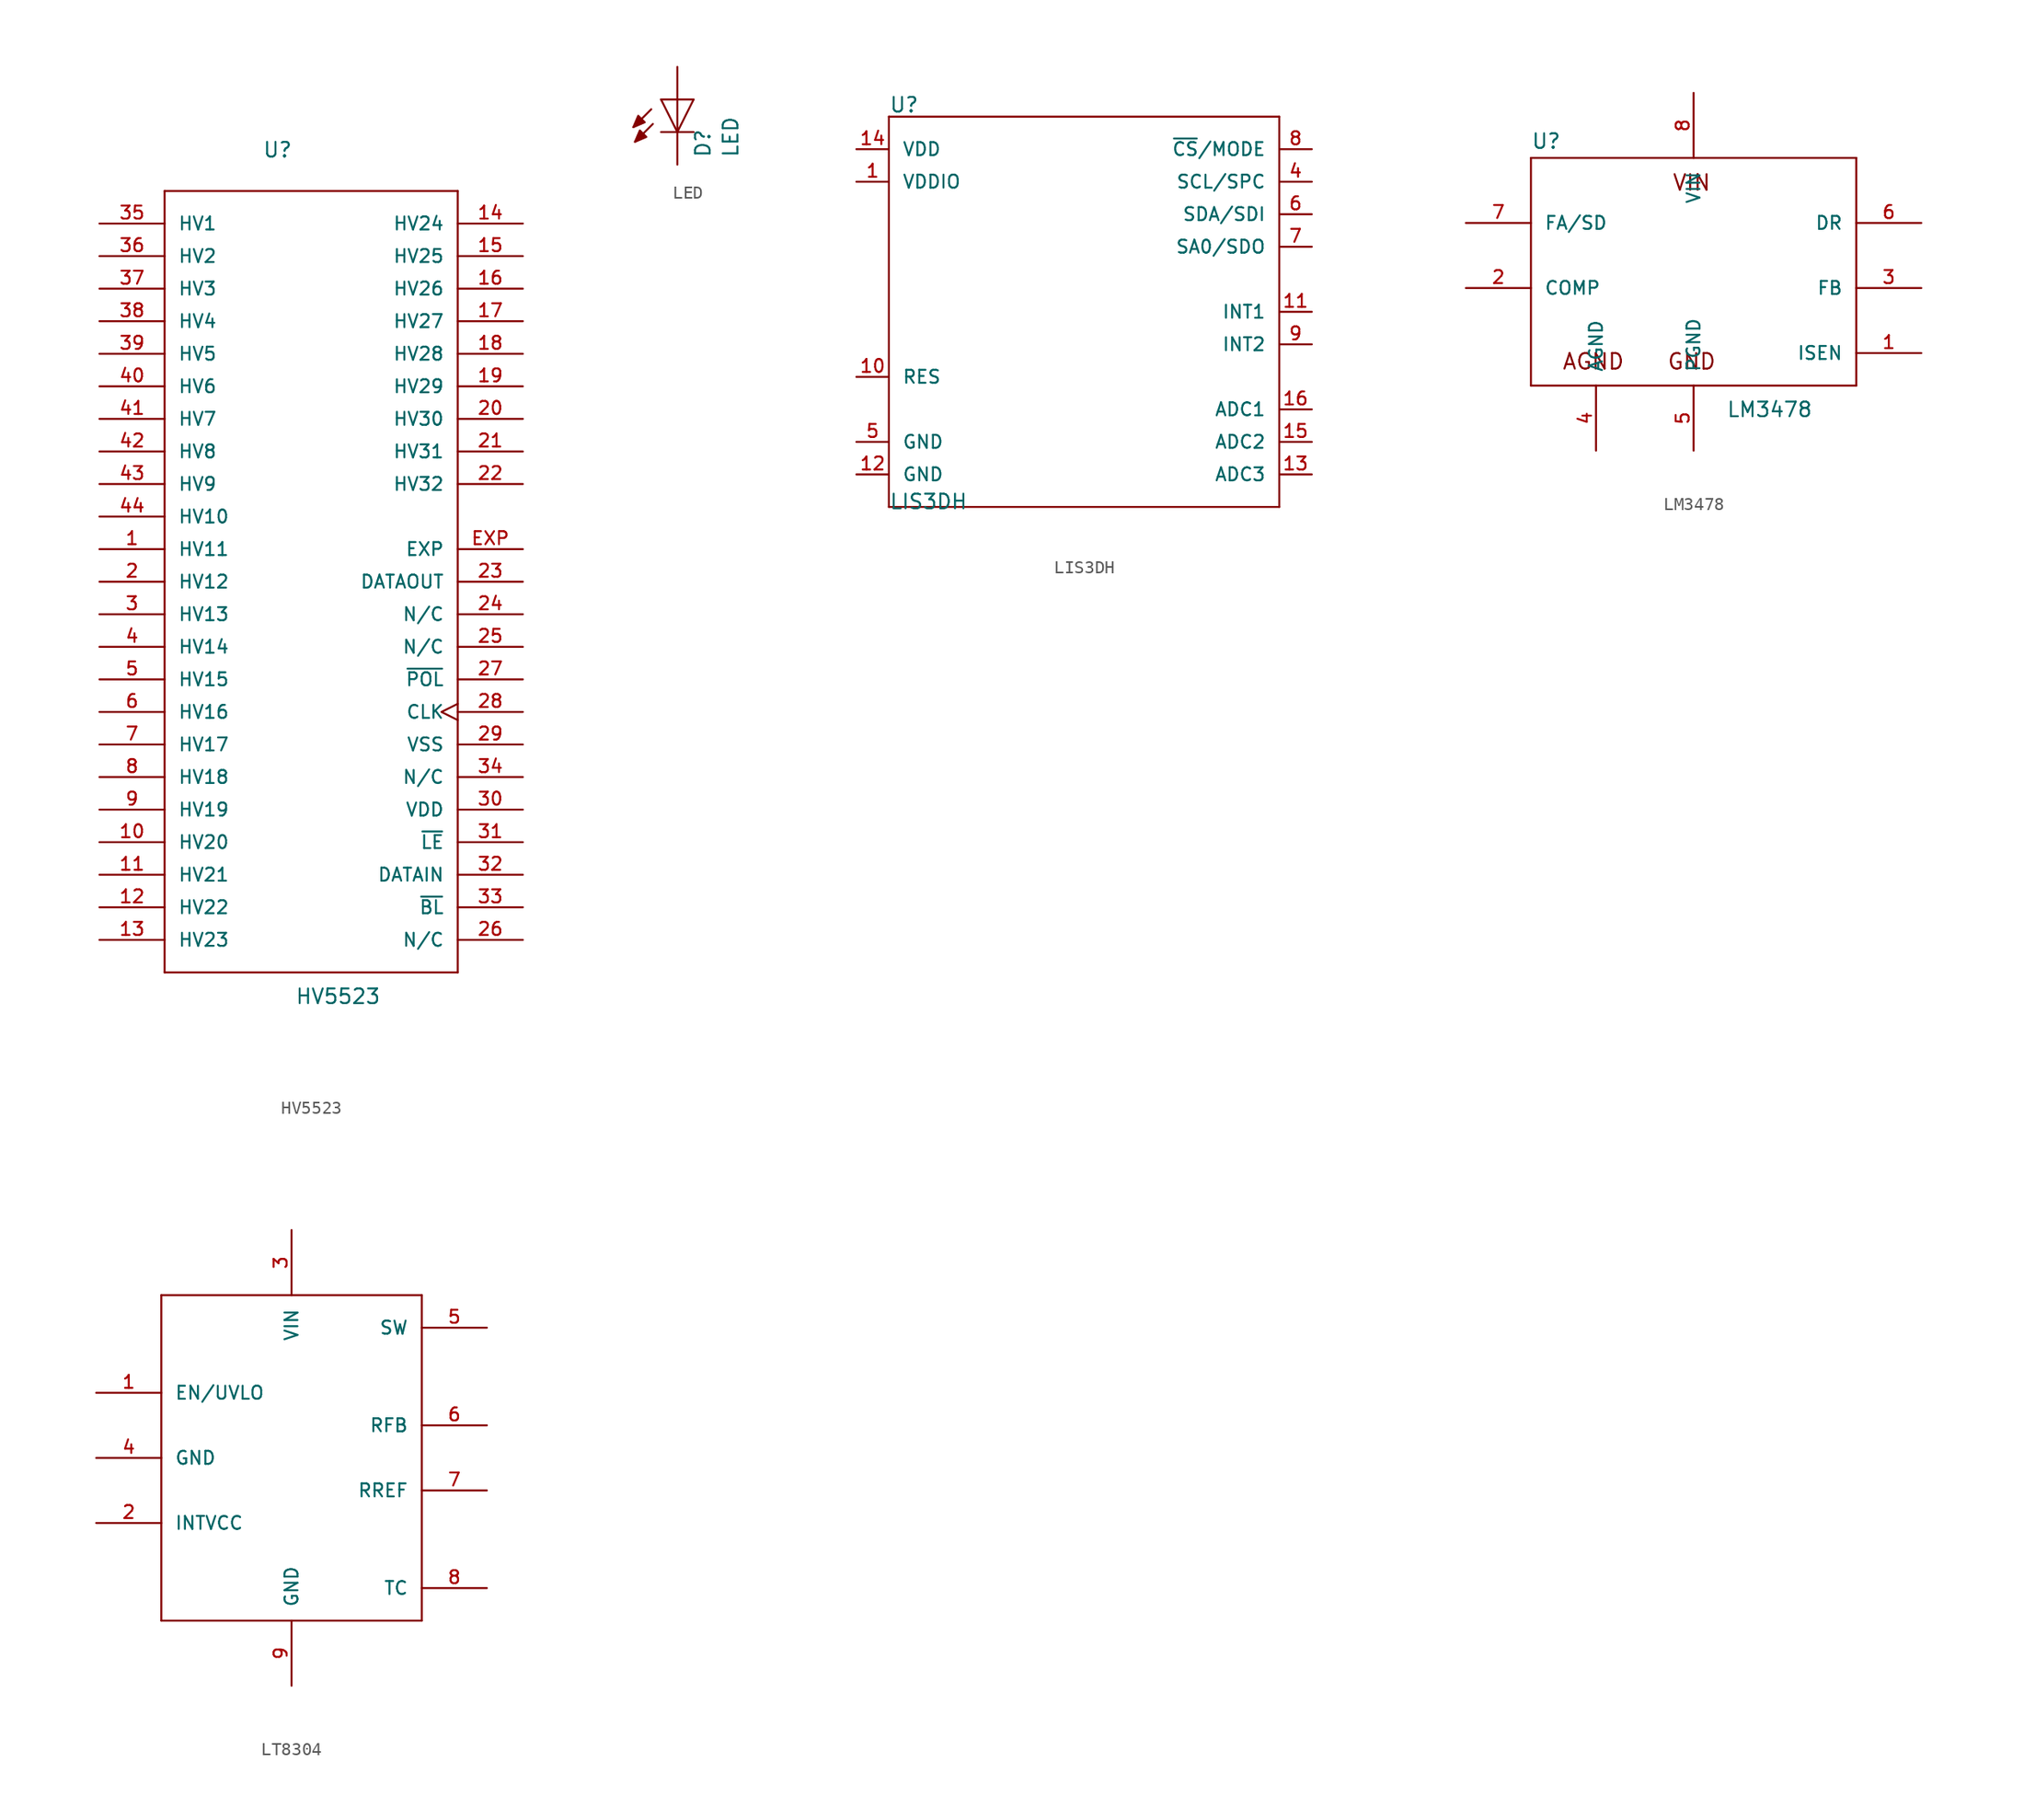
<source format=kicad_sym>
(kicad_symbol_lib
  (version 20211014)
  (generator kicad_symbol_editor)
  (symbol "HV5523"
    (pin_names
      (offset 1.016))
    (property "Reference" "U"
      (at -5.08 33.02 0)
      (effects (font (size 1.143 1.143)) (justify left bottom)))
    (property "Value" "HV5523"
      (at -2.54 -33.02 0)
      (effects (font (size 1.143 1.143)) (justify left bottom)))
    (property "ki_locked" ""
      (at 0 0 0)
      (effects (font (size 1.27 1.27))))
    (symbol "HV5523_1_0"
      (polyline (pts (xy -12.7 -30.48) (xy 10.16 -30.48)) (stroke (width 0) (type default) (color 0 0 0 0)) (fill (type none)))
      (polyline (pts (xy -12.7 30.48) (xy -12.7 -30.48)) (stroke (width 0) (type default) (color 0 0 0 0)) (fill (type none)))
      (polyline (pts (xy 10.16 -30.48) (xy 10.16 30.48)) (stroke (width 0) (type default) (color 0 0 0 0)) (fill (type none)))
      (polyline (pts (xy 10.16 30.48) (xy -12.7 30.48)) (stroke (width 0) (type default) (color 0 0 0 0)) (fill (type none))))
    (symbol "HV5523_1_1"
      (pin passive line (at -17.78 2.54 0) (length 5.08) (name "HV11" (effects (font (size 1.016 1.016)))) (number "1" (effects (font (size 1.016 1.016)))))
      (pin passive line (at -17.78 -20.32 0) (length 5.08) (name "HV20" (effects (font (size 1.016 1.016)))) (number "10" (effects (font (size 1.016 1.016)))))
      (pin passive line (at -17.78 -22.86 0) (length 5.08) (name "HV21" (effects (font (size 1.016 1.016)))) (number "11" (effects (font (size 1.016 1.016)))))
      (pin passive line (at -17.78 -25.4 0) (length 5.08) (name "HV22" (effects (font (size 1.016 1.016)))) (number "12" (effects (font (size 1.016 1.016)))))
      (pin passive line (at -17.78 -27.94 0) (length 5.08) (name "HV23" (effects (font (size 1.016 1.016)))) (number "13" (effects (font (size 1.016 1.016)))))
      (pin passive line (at 15.24 27.94 180) (length 5.08) (name "HV24" (effects (font (size 1.016 1.016)))) (number "14" (effects (font (size 1.016 1.016)))))
      (pin passive line (at 15.24 25.4 180) (length 5.08) (name "HV25" (effects (font (size 1.016 1.016)))) (number "15" (effects (font (size 1.016 1.016)))))
      (pin passive line (at 15.24 22.86 180) (length 5.08) (name "HV26" (effects (font (size 1.016 1.016)))) (number "16" (effects (font (size 1.016 1.016)))))
      (pin passive line (at 15.24 20.32 180) (length 5.08) (name "HV27" (effects (font (size 1.016 1.016)))) (number "17" (effects (font (size 1.016 1.016)))))
      (pin passive line (at 15.24 17.78 180) (length 5.08) (name "HV28" (effects (font (size 1.016 1.016)))) (number "18" (effects (font (size 1.016 1.016)))))
      (pin passive line (at 15.24 15.24 180) (length 5.08) (name "HV29" (effects (font (size 1.016 1.016)))) (number "19" (effects (font (size 1.016 1.016)))))
      (pin passive line (at -17.78 0 0) (length 5.08) (name "HV12" (effects (font (size 1.016 1.016)))) (number "2" (effects (font (size 1.016 1.016)))))
      (pin passive line (at 15.24 12.7 180) (length 5.08) (name "HV30" (effects (font (size 1.016 1.016)))) (number "20" (effects (font (size 1.016 1.016)))))
      (pin passive line (at 15.24 10.16 180) (length 5.08) (name "HV31" (effects (font (size 1.016 1.016)))) (number "21" (effects (font (size 1.016 1.016)))))
      (pin passive line (at 15.24 7.62 180) (length 5.08) (name "HV32" (effects (font (size 1.016 1.016)))) (number "22" (effects (font (size 1.016 1.016)))))
      (pin bidirectional line (at 15.24 0 180) (length 5.08) (name "DATAOUT" (effects (font (size 1.016 1.016)))) (number "23" (effects (font (size 1.016 1.016)))))
      (pin unspecified line (at 15.24 -2.54 180) (length 5.08) (name "N/C" (effects (font (size 1.016 1.016)))) (number "24" (effects (font (size 1.016 1.016)))))
      (pin unspecified line (at 15.24 -5.08 180) (length 5.08) (name "N/C" (effects (font (size 1.016 1.016)))) (number "25" (effects (font (size 1.016 1.016)))))
      (pin unspecified line (at 15.24 -27.94 180) (length 5.08) (name "N/C" (effects (font (size 1.016 1.016)))) (number "26" (effects (font (size 1.016 1.016)))))
      (pin passive line (at 15.24 -7.62 180) (length 5.08) (name "~{POL}" (effects (font (size 1.016 1.016)))) (number "27" (effects (font (size 1.016 1.016)))))
      (pin passive clock (at 15.24 -10.16 180) (length 5.08) (name "CLK" (effects (font (size 1.016 1.016)))) (number "28" (effects (font (size 1.016 1.016)))))
      (pin power_in line (at 15.24 -12.7 180) (length 5.08) (name "VSS" (effects (font (size 1.016 1.016)))) (number "29" (effects (font (size 1.016 1.016)))))
      (pin passive line (at -17.78 -2.54 0) (length 5.08) (name "HV13" (effects (font (size 1.016 1.016)))) (number "3" (effects (font (size 1.016 1.016)))))
      (pin power_in line (at 15.24 -17.78 180) (length 5.08) (name "VDD" (effects (font (size 1.016 1.016)))) (number "30" (effects (font (size 1.016 1.016)))))
      (pin passive line (at 15.24 -20.32 180) (length 5.08) (name "~{LE}" (effects (font (size 1.016 1.016)))) (number "31" (effects (font (size 1.016 1.016)))))
      (pin bidirectional line (at 15.24 -22.86 180) (length 5.08) (name "DATAIN" (effects (font (size 1.016 1.016)))) (number "32" (effects (font (size 1.016 1.016)))))
      (pin passive line (at 15.24 -25.4 180) (length 5.08) (name "~{BL}" (effects (font (size 1.016 1.016)))) (number "33" (effects (font (size 1.016 1.016)))))
      (pin unspecified line (at 15.24 -15.24 180) (length 5.08) (name "N/C" (effects (font (size 1.016 1.016)))) (number "34" (effects (font (size 1.016 1.016)))))
      (pin passive line (at -17.78 27.94 0) (length 5.08) (name "HV1" (effects (font (size 1.016 1.016)))) (number "35" (effects (font (size 1.016 1.016)))))
      (pin passive line (at -17.78 25.4 0) (length 5.08) (name "HV2" (effects (font (size 1.016 1.016)))) (number "36" (effects (font (size 1.016 1.016)))))
      (pin passive line (at -17.78 22.86 0) (length 5.08) (name "HV3" (effects (font (size 1.016 1.016)))) (number "37" (effects (font (size 1.016 1.016)))))
      (pin passive line (at -17.78 20.32 0) (length 5.08) (name "HV4" (effects (font (size 1.016 1.016)))) (number "38" (effects (font (size 1.016 1.016)))))
      (pin passive line (at -17.78 17.78 0) (length 5.08) (name "HV5" (effects (font (size 1.016 1.016)))) (number "39" (effects (font (size 1.016 1.016)))))
      (pin passive line (at -17.78 -5.08 0) (length 5.08) (name "HV14" (effects (font (size 1.016 1.016)))) (number "4" (effects (font (size 1.016 1.016)))))
      (pin passive line (at -17.78 15.24 0) (length 5.08) (name "HV6" (effects (font (size 1.016 1.016)))) (number "40" (effects (font (size 1.016 1.016)))))
      (pin passive line (at -17.78 12.7 0) (length 5.08) (name "HV7" (effects (font (size 1.016 1.016)))) (number "41" (effects (font (size 1.016 1.016)))))
      (pin passive line (at -17.78 10.16 0) (length 5.08) (name "HV8" (effects (font (size 1.016 1.016)))) (number "42" (effects (font (size 1.016 1.016)))))
      (pin passive line (at -17.78 7.62 0) (length 5.08) (name "HV9" (effects (font (size 1.016 1.016)))) (number "43" (effects (font (size 1.016 1.016)))))
      (pin passive line (at -17.78 5.08 0) (length 5.08) (name "HV10" (effects (font (size 1.016 1.016)))) (number "44" (effects (font (size 1.016 1.016)))))
      (pin passive line (at -17.78 -7.62 0) (length 5.08) (name "HV15" (effects (font (size 1.016 1.016)))) (number "5" (effects (font (size 1.016 1.016)))))
      (pin passive line (at -17.78 -10.16 0) (length 5.08) (name "HV16" (effects (font (size 1.016 1.016)))) (number "6" (effects (font (size 1.016 1.016)))))
      (pin passive line (at -17.78 -12.7 0) (length 5.08) (name "HV17" (effects (font (size 1.016 1.016)))) (number "7" (effects (font (size 1.016 1.016)))))
      (pin passive line (at -17.78 -15.24 0) (length 5.08) (name "HV18" (effects (font (size 1.016 1.016)))) (number "8" (effects (font (size 1.016 1.016)))))
      (pin passive line (at -17.78 -17.78 0) (length 5.08) (name "HV19" (effects (font (size 1.016 1.016)))) (number "9" (effects (font (size 1.016 1.016)))))
      (pin power_in line (at 15.24 2.54 180) (length 5.08) (name "EXP" (effects (font (size 1.016 1.016)))) (number "EXP" (effects (font (size 1.016 1.016)))))))
  (symbol "LED"
    (pin_numbers hide)
    (pin_names
      (offset 1.016) hide)
    (property "Reference" "D"
      (at 2.667 -4.572 90)
      (effects (font (size 1.143 1.143)) (justify left bottom)))
    (property "Value" "LED"
      (at 4.826 -4.572 90)
      (effects (font (size 1.143 1.143)) (justify left bottom)))
    (property "ki_locked" ""
      (at 0 0 0)
      (effects (font (size 1.27 1.27))))
    (symbol "LED_1_0"
      (polyline (pts (xy -2.032 -0.762) (xy -3.429 -2.159)) (stroke (width 0) (type default) (color 0 0 0 0)) (fill (type none)))
      (polyline (pts (xy -1.905 -1.905) (xy -3.302 -3.302)) (stroke (width 0) (type default) (color 0 0 0 0)) (fill (type none)))
      (polyline (pts (xy 0 -2.54) (xy -1.27 -2.54)) (stroke (width 0) (type default) (color 0 0 0 0)) (fill (type none)))
      (polyline (pts (xy 0 -2.54) (xy -1.27 0)) (stroke (width 0) (type default) (color 0 0 0 0)) (fill (type none)))
      (polyline (pts (xy 0 0) (xy -1.27 0)) (stroke (width 0) (type default) (color 0 0 0 0)) (fill (type none)))
      (polyline (pts (xy 0 0) (xy 0 -2.54)) (stroke (width 0) (type default) (color 0 0 0 0)) (fill (type none)))
      (polyline (pts (xy 1.27 -2.54) (xy 0 -2.54)) (stroke (width 0) (type default) (color 0 0 0 0)) (fill (type none)))
      (polyline (pts (xy 1.27 0) (xy 0 -2.54)) (stroke (width 0) (type default) (color 0 0 0 0)) (fill (type none)))
      (polyline (pts (xy 1.27 0) (xy 0 0)) (stroke (width 0) (type default) (color 0 0 0 0)) (fill (type none))))
    (symbol "LED_1_1"
      (polyline (pts (xy -3.429 -2.159) (xy -3.048 -1.27) (xy -3.048 -1.27) (xy -2.54 -1.778) (xy -2.54 -1.778) (xy -3.429 -2.159)) (stroke (width 0) (type default) (color 0 0 0 0)) (fill (type outline)))
      (polyline (pts (xy -3.302 -3.302) (xy -2.921 -2.413) (xy -2.921 -2.413) (xy -2.413 -2.921) (xy -2.413 -2.921) (xy -3.302 -3.302)) (stroke (width 0) (type default) (color 0 0 0 0)) (fill (type outline)))
      (pin passive line (at 0 2.54 270) (length 2.54) (name "A" (effects (font (size 1.016 1.016)))) (number "A" (effects (font (size 1.016 1.016)))))
      (pin passive line (at 0 -5.08 90) (length 2.54) (name "C" (effects (font (size 1.016 1.016)))) (number "K" (effects (font (size 1.016 1.016)))))))
  (symbol "LIS3DH"
    (pin_names
      (offset 1.016))
    (property "Reference" "U"
      (at -15.24 15.494 0)
      (effects (font (size 1.143 1.143)) (justify left bottom)))
    (property "Value" "LIS3DH"
      (at -15.24 -15.494 0)
      (effects (font (size 1.143 1.143)) (justify left bottom)))
    (property "ki_locked" ""
      (at 0 0 0)
      (effects (font (size 1.27 1.27))))
    (symbol "LIS3DH_1_0"
      (polyline (pts (xy -15.24 -15.24) (xy -15.24 15.24)) (stroke (width 0) (type default) (color 0 0 0 0)) (fill (type none)))
      (polyline (pts (xy -15.24 15.24) (xy 15.24 15.24)) (stroke (width 0) (type default) (color 0 0 0 0)) (fill (type none)))
      (polyline (pts (xy 15.24 -15.24) (xy -15.24 -15.24)) (stroke (width 0) (type default) (color 0 0 0 0)) (fill (type none)))
      (polyline (pts (xy 15.24 15.24) (xy 15.24 -15.24)) (stroke (width 0) (type default) (color 0 0 0 0)) (fill (type none))))
    (symbol "LIS3DH_1_1"
      (pin bidirectional line (at -17.78 10.16 0) (length 2.54) (name "VDDIO" (effects (font (size 1.016 1.016)))) (number "1" (effects (font (size 1.016 1.016)))))
      (pin bidirectional line (at -17.78 -5.08 0) (length 2.54) (name "RES" (effects (font (size 1.016 1.016)))) (number "10" (effects (font (size 1.016 1.016)))))
      (pin bidirectional line (at 17.78 0 180) (length 2.54) (name "INT1" (effects (font (size 1.016 1.016)))) (number "11" (effects (font (size 1.016 1.016)))))
      (pin bidirectional line (at -17.78 -12.7 0) (length 2.54) (name "GND" (effects (font (size 1.016 1.016)))) (number "12" (effects (font (size 1.016 1.016)))))
      (pin bidirectional line (at 17.78 -12.7 180) (length 2.54) (name "ADC3" (effects (font (size 1.016 1.016)))) (number "13" (effects (font (size 1.016 1.016)))))
      (pin bidirectional line (at -17.78 12.7 0) (length 2.54) (name "VDD" (effects (font (size 1.016 1.016)))) (number "14" (effects (font (size 1.016 1.016)))))
      (pin bidirectional line (at 17.78 -10.16 180) (length 2.54) (name "ADC2" (effects (font (size 1.016 1.016)))) (number "15" (effects (font (size 1.016 1.016)))))
      (pin bidirectional line (at 17.78 -7.62 180) (length 2.54) (name "ADC1" (effects (font (size 1.016 1.016)))) (number "16" (effects (font (size 1.016 1.016)))))
      (pin bidirectional line (at 17.78 10.16 180) (length 2.54) (name "SCL/SPC" (effects (font (size 1.016 1.016)))) (number "4" (effects (font (size 1.016 1.016)))))
      (pin bidirectional line (at -17.78 -10.16 0) (length 2.54) (name "GND" (effects (font (size 1.016 1.016)))) (number "5" (effects (font (size 1.016 1.016)))))
      (pin bidirectional line (at 17.78 7.62 180) (length 2.54) (name "SDA/SDI" (effects (font (size 1.016 1.016)))) (number "6" (effects (font (size 1.016 1.016)))))
      (pin bidirectional line (at 17.78 5.08 180) (length 2.54) (name "SA0/SDO" (effects (font (size 1.016 1.016)))) (number "7" (effects (font (size 1.016 1.016)))))
      (pin bidirectional line (at 17.78 12.7 180) (length 2.54) (name "~{CS}/MODE" (effects (font (size 1.016 1.016)))) (number "8" (effects (font (size 1.016 1.016)))))
      (pin bidirectional line (at 17.78 -2.54 180) (length 2.54) (name "INT2" (effects (font (size 1.016 1.016)))) (number "9" (effects (font (size 1.016 1.016)))))))
  (symbol "LM3478"
    (pin_names
      (offset 1.016))
    (property "Reference" "U"
      (at -12.7 8.255 0)
      (effects (font (size 1.143 1.143)) (justify left bottom)))
    (property "Value" "LM3478"
      (at 2.54 -12.7 0)
      (effects (font (size 1.143 1.143)) (justify left bottom)))
    (property "ki_locked" ""
      (at 0 0 0)
      (effects (font (size 1.27 1.27))))
    (symbol "LM3478_1_0"
      (polyline (pts (xy -12.7 -10.16) (xy -12.7 7.62)) (stroke (width 0) (type default) (color 0 0 0 0)) (fill (type none)))
      (polyline (pts (xy -12.7 7.62) (xy 12.7 7.62)) (stroke (width 0) (type default) (color 0 0 0 0)) (fill (type none)))
      (polyline (pts (xy 12.7 -10.16) (xy -12.7 -10.16)) (stroke (width 0) (type default) (color 0 0 0 0)) (fill (type none)))
      (polyline (pts (xy 12.7 7.62) (xy 12.7 -10.16)) (stroke (width 0) (type default) (color 0 0 0 0)) (fill (type none)))
      (text "AGND" (at -7.823 -8.28 0) (effects (font (size 1.219 1.219))))
      (text "GND" (at -0.152 -8.28 0) (effects (font (size 1.219 1.219))))
      (text "VIN" (at -0.152 5.69 0) (effects (font (size 1.219 1.219)))))
    (symbol "LM3478_1_1"
      (pin input line (at 17.78 -7.62 180) (length 5.08) (name "ISEN" (effects (font (size 1.016 1.016)))) (number "1" (effects (font (size 1.016 1.016)))))
      (pin input line (at -17.78 -2.54 0) (length 5.08) (name "COMP" (effects (font (size 1.016 1.016)))) (number "2" (effects (font (size 1.016 1.016)))))
      (pin input line (at 17.78 -2.54 180) (length 5.08) (name "FB" (effects (font (size 1.016 1.016)))) (number "3" (effects (font (size 1.016 1.016)))))
      (pin power_in line (at -7.62 -15.24 90) (length 5.08) (name "AGND" (effects (font (size 1.016 1.016)))) (number "4" (effects (font (size 1.016 1.016)))))
      (pin power_in line (at 0 -15.24 90) (length 5.08) (name "PGND" (effects (font (size 1.016 1.016)))) (number "5" (effects (font (size 1.016 1.016)))))
      (pin output line (at 17.78 2.54 180) (length 5.08) (name "DR" (effects (font (size 1.016 1.016)))) (number "6" (effects (font (size 1.016 1.016)))))
      (pin input line (at -17.78 2.54 0) (length 5.08) (name "FA/SD" (effects (font (size 1.016 1.016)))) (number "7" (effects (font (size 1.016 1.016)))))
      (pin power_in line (at 0 12.7 270) (length 5.08) (name "VIN" (effects (font (size 1.016 1.016)))) (number "8" (effects (font (size 1.016 1.016)))))))
  (symbol "LT8304"
    (pin_names
      (offset 1.016))
    (property "Reference" "U"
      (at 0 0 0)
      (effects (font (size 1.143 1.143)) hide))
    (property "ki_locked" ""
      (at 0 0 0)
      (effects (font (size 1.27 1.27))))
    (symbol "LT8304_1_0"
      (polyline (pts (xy -10.16 -12.7) (xy 10.16 -12.7)) (stroke (width 0) (type default) (color 0 0 0 0)) (fill (type none)))
      (polyline (pts (xy -10.16 12.7) (xy -10.16 -12.7)) (stroke (width 0) (type default) (color 0 0 0 0)) (fill (type none)))
      (polyline (pts (xy 10.16 -12.7) (xy 10.16 12.7)) (stroke (width 0) (type default) (color 0 0 0 0)) (fill (type none)))
      (polyline (pts (xy 10.16 12.7) (xy -10.16 12.7)) (stroke (width 0) (type default) (color 0 0 0 0)) (fill (type none))))
    (symbol "LT8304_1_1"
      (pin passive line (at -15.24 5.08 0) (length 5.08) (name "EN/UVLO" (effects (font (size 1.016 1.016)))) (number "1" (effects (font (size 1.016 1.016)))))
      (pin passive line (at -15.24 -5.08 0) (length 5.08) (name "INTVCC" (effects (font (size 1.016 1.016)))) (number "2" (effects (font (size 1.016 1.016)))))
      (pin power_in line (at 0 17.78 270) (length 5.08) (name "VIN" (effects (font (size 1.016 1.016)))) (number "3" (effects (font (size 1.016 1.016)))))
      (pin power_in line (at -15.24 0 0) (length 5.08) (name "GND" (effects (font (size 1.016 1.016)))) (number "4" (effects (font (size 1.016 1.016)))))
      (pin passive line (at 15.24 10.16 180) (length 5.08) (name "SW" (effects (font (size 1.016 1.016)))) (number "5" (effects (font (size 1.016 1.016)))))
      (pin passive line (at 15.24 2.54 180) (length 5.08) (name "RFB" (effects (font (size 1.016 1.016)))) (number "6" (effects (font (size 1.016 1.016)))))
      (pin power_in line (at 15.24 -2.54 180) (length 5.08) (name "RREF" (effects (font (size 1.016 1.016)))) (number "7" (effects (font (size 1.016 1.016)))))
      (pin passive line (at 15.24 -10.16 180) (length 5.08) (name "TC" (effects (font (size 1.016 1.016)))) (number "8" (effects (font (size 1.016 1.016)))))
      (pin power_in line (at 0 -17.78 90) (length 5.08) (name "GND" (effects (font (size 1.016 1.016)))) (number "9" (effects (font (size 1.016 1.016))))))))
</source>
